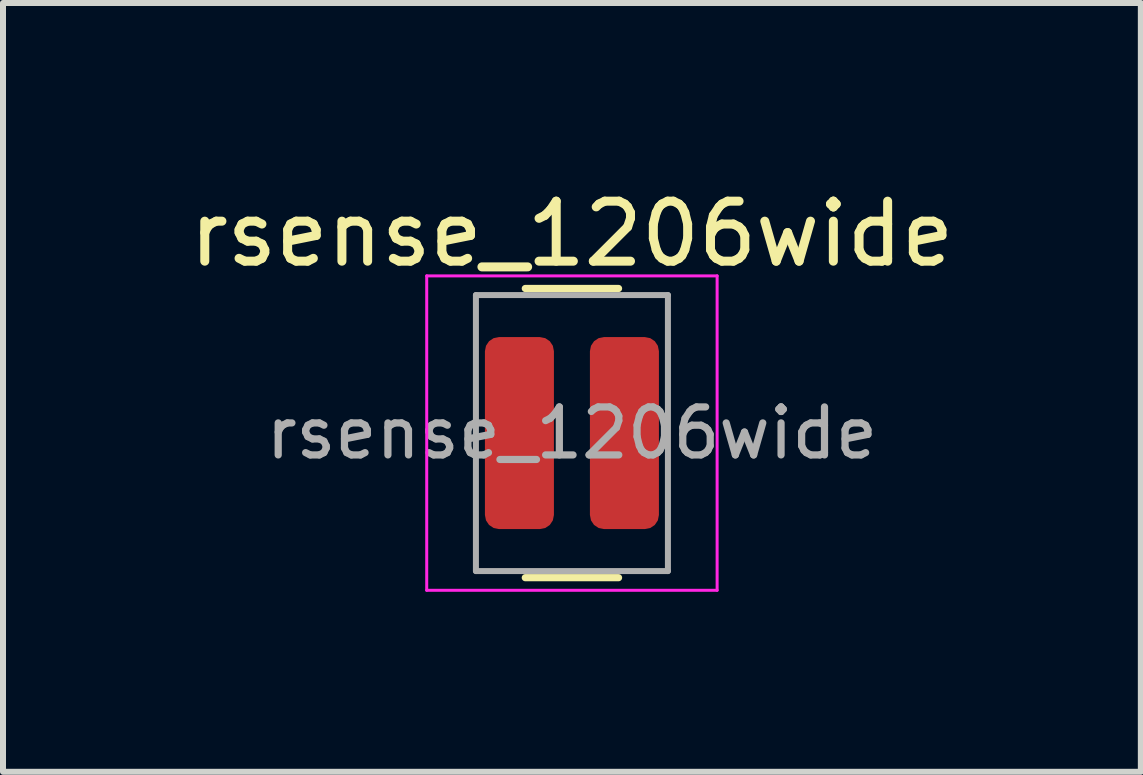
<source format=kicad_pcb>
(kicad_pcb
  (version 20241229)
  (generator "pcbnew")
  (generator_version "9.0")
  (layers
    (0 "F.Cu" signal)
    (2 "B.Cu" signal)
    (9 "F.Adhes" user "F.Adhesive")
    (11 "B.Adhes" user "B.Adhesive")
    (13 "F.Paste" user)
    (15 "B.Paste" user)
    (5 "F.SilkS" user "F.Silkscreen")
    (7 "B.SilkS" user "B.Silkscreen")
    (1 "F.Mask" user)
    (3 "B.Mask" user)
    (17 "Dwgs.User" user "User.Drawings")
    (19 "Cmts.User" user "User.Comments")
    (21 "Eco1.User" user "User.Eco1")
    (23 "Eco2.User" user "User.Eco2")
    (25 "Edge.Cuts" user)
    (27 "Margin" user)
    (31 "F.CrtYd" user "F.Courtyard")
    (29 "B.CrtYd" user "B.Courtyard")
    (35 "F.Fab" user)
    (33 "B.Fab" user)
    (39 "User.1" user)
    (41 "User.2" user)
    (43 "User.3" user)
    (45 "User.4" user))
  (footprint "rsense_1206wide"
    (layer "F.Cu")
    (at 6.482 4.168)
    (property "Reference" "rsense_1206wide" (at 0 -3.32 0) (layer "F.SilkS") (effects (font (size 1 1) (thickness 0.15))))
    (attr smd)
    (fp_line (start -0.777 -2.41) (end 0.777 -2.41) (stroke (width 0.12) (type solid)) (layer "F.SilkS"))
    (fp_line (start -0.777 2.41) (end 0.777 2.41) (stroke (width 0.12) (type solid)) (layer "F.SilkS"))
    (fp_line (start -2.42 -2.62) (end 2.42 -2.62) (stroke (width 0.05) (type solid)) (layer "F.CrtYd"))
    (fp_line (start -2.42 2.62) (end -2.42 -2.62) (stroke (width 0.05) (type solid)) (layer "F.CrtYd"))
    (fp_line (start 2.42 -2.62) (end 2.42 2.62) (stroke (width 0.05) (type solid)) (layer "F.CrtYd"))
    (fp_line (start 2.42 2.62) (end -2.42 2.62) (stroke (width 0.05) (type solid)) (layer "F.CrtYd"))
    (fp_line (start -1.6 -2.3) (end 1.6 -2.3) (stroke (width 0.1) (type solid)) (layer "F.Fab"))
    (fp_line (start -1.6 2.3) (end -1.6 -2.3) (stroke (width 0.1) (type solid)) (layer "F.Fab"))
    (fp_line (start 1.6 -2.3) (end 1.6 2.3) (stroke (width 0.1) (type solid)) (layer "F.Fab"))
    (fp_line (start 1.6 2.3) (end -1.6 2.3) (stroke (width 0.1) (type solid)) (layer "F.Fab"))
    (fp_text user "${REFERENCE}" (at 0 0 0) (layer "F.Fab") (effects (font (size 0.8 0.8) (thickness 0.12))))
    (pad "1" smd roundrect (at -0.875 0) (size 1.15 3.2) (layers "F.Cu" "F.Mask" "F.Paste") (roundrect_rratio 0.204))
    (pad "2" smd roundrect (at 0.875 0) (size 1.15 3.2) (layers "F.Cu" "F.Mask" "F.Paste") (roundrect_rratio 0.204)))
  (gr_rect
    (start -3 -3)
    (end 15.964 9.813)
    (stroke (width 0.1) (type default))
    (fill no)
    (layer "Edge.Cuts")))
</source>
